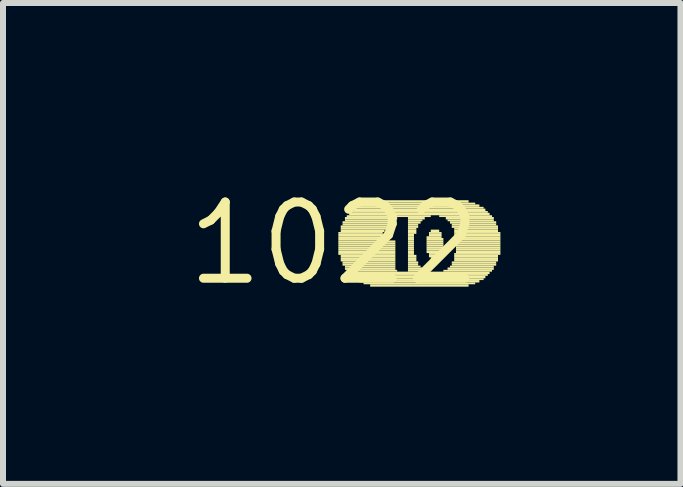
<source format=kicad_pcb>
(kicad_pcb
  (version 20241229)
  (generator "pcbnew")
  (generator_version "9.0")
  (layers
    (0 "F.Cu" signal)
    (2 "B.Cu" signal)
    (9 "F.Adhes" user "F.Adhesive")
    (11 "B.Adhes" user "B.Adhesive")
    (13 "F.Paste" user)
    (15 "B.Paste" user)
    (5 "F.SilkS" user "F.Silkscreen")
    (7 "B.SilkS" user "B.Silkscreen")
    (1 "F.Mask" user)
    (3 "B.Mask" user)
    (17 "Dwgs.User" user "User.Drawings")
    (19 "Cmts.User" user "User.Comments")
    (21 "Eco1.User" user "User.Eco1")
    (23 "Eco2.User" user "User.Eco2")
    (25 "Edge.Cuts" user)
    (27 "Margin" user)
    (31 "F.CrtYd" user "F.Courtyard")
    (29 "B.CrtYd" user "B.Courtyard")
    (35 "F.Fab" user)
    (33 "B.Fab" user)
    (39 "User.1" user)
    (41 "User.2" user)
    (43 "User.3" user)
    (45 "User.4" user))
  (footprint "1022"
    (layer "F.Cu")
    (at 2.517 1.006)
    (property "Reference" "1022" (at 0 0 0) (layer "F.SilkS") (effects (font (size 1.27 1.27) (thickness 0.15))))
    (fp_poly (pts (xy 0.07 -0.16) (xy 0.81 -0.16) (xy 0.81 -0.19) (xy 0.07 -0.19)) (stroke (width 0) (type default)) (fill yes) (layer "F.SilkS"))
    (fp_poly (pts (xy 0.07 -0.12) (xy 0.81 -0.12) (xy 0.81 -0.16) (xy 0.07 -0.16)) (stroke (width 0) (type default)) (fill yes) (layer "F.SilkS"))
    (fp_poly (pts (xy 0.07 -0.09) (xy 0.81 -0.09) (xy 0.81 -0.12) (xy 0.07 -0.12)) (stroke (width 0) (type default)) (fill yes) (layer "F.SilkS"))
    (fp_poly (pts (xy 0.07 -0.05) (xy 0.84 -0.05) (xy 0.84 -0.09) (xy 0.07 -0.09)) (stroke (width 0) (type default)) (fill yes) (layer "F.SilkS"))
    (fp_poly (pts (xy 0.07 -0.02) (xy 1.02 -0.02) (xy 1.02 -0.05) (xy 0.07 -0.05)) (stroke (width 0) (type default)) (fill yes) (layer "F.SilkS"))
    (fp_poly (pts (xy 0.07 0.02) (xy 1.02 0.02) (xy 1.02 -0.02) (xy 0.07 -0.02)) (stroke (width 0) (type default)) (fill yes) (layer "F.SilkS"))
    (fp_poly (pts (xy 0.07 0.05) (xy 1.02 0.05) (xy 1.02 0.02) (xy 0.07 0.02)) (stroke (width 0) (type default)) (fill yes) (layer "F.SilkS"))
    (fp_poly (pts (xy 0.07 0.09) (xy 1.02 0.09) (xy 1.02 0.05) (xy 0.07 0.05)) (stroke (width 0) (type default)) (fill yes) (layer "F.SilkS"))
    (fp_poly (pts (xy 0.07 0.12) (xy 1.02 0.12) (xy 1.02 0.09) (xy 0.07 0.09)) (stroke (width 0) (type default)) (fill yes) (layer "F.SilkS"))
    (fp_poly (pts (xy 0.07 0.16) (xy 1.02 0.16) (xy 1.02 0.12) (xy 0.07 0.12)) (stroke (width 0) (type default)) (fill yes) (layer "F.SilkS"))
    (fp_poly (pts (xy 0.07 0.19) (xy 1.02 0.19) (xy 1.02 0.16) (xy 0.07 0.16)) (stroke (width 0) (type default)) (fill yes) (layer "F.SilkS"))
    (fp_poly (pts (xy 0.11 -0.26) (xy 0.91 -0.26) (xy 0.91 -0.3) (xy 0.11 -0.3)) (stroke (width 0) (type default)) (fill yes) (layer "F.SilkS"))
    (fp_poly (pts (xy 0.11 -0.23) (xy 0.88 -0.23) (xy 0.88 -0.26) (xy 0.11 -0.26)) (stroke (width 0) (type default)) (fill yes) (layer "F.SilkS"))
    (fp_poly (pts (xy 0.11 -0.19) (xy 0.84 -0.19) (xy 0.84 -0.23) (xy 0.11 -0.23)) (stroke (width 0) (type default)) (fill yes) (layer "F.SilkS"))
    (fp_poly (pts (xy 0.11 0.23) (xy 1.02 0.23) (xy 1.02 0.19) (xy 0.11 0.19)) (stroke (width 0) (type default)) (fill yes) (layer "F.SilkS"))
    (fp_poly (pts (xy 0.11 0.26) (xy 1.02 0.26) (xy 1.02 0.23) (xy 0.11 0.23)) (stroke (width 0) (type default)) (fill yes) (layer "F.SilkS"))
    (fp_poly (pts (xy 0.11 0.3) (xy 1.02 0.3) (xy 1.02 0.26) (xy 0.11 0.26)) (stroke (width 0) (type default)) (fill yes) (layer "F.SilkS"))
    (fp_poly (pts (xy 0.14 -0.33) (xy 0.98 -0.33) (xy 0.98 -0.37) (xy 0.14 -0.37)) (stroke (width 0) (type default)) (fill yes) (layer "F.SilkS"))
    (fp_poly (pts (xy 0.14 -0.3) (xy 0.95 -0.3) (xy 0.95 -0.33) (xy 0.14 -0.33)) (stroke (width 0) (type default)) (fill yes) (layer "F.SilkS"))
    (fp_poly (pts (xy 0.14 0.33) (xy 1.02 0.33) (xy 1.02 0.3) (xy 0.14 0.3)) (stroke (width 0) (type default)) (fill yes) (layer "F.SilkS"))
    (fp_poly (pts (xy 0.14 0.37) (xy 1.02 0.37) (xy 1.02 0.33) (xy 0.14 0.33)) (stroke (width 0) (type default)) (fill yes) (layer "F.SilkS"))
    (fp_poly (pts (xy 0.18 -0.4) (xy 1.05 -0.4) (xy 1.05 -0.44) (xy 0.18 -0.44)) (stroke (width 0) (type default)) (fill yes) (layer "F.SilkS"))
    (fp_poly (pts (xy 0.18 -0.37) (xy 1.02 -0.37) (xy 1.02 -0.4) (xy 0.18 -0.4)) (stroke (width 0) (type default)) (fill yes) (layer "F.SilkS"))
    (fp_poly (pts (xy 0.18 0.4) (xy 1.02 0.4) (xy 1.02 0.37) (xy 0.18 0.37)) (stroke (width 0) (type default)) (fill yes) (layer "F.SilkS"))
    (fp_poly (pts (xy 0.18 0.44) (xy 1.02 0.44) (xy 1.02 0.4) (xy 0.18 0.4)) (stroke (width 0) (type default)) (fill yes) (layer "F.SilkS"))
    (fp_poly (pts (xy 0.21 -0.44) (xy 1.61 -0.44) (xy 1.61 -0.47) (xy 0.21 -0.47)) (stroke (width 0) (type default)) (fill yes) (layer "F.SilkS"))
    (fp_poly (pts (xy 0.21 0.47) (xy 1.05 0.47) (xy 1.05 0.44) (xy 0.21 0.44)) (stroke (width 0) (type default)) (fill yes) (layer "F.SilkS"))
    (fp_poly (pts (xy 0.25 -0.47) (xy 2.59 -0.47) (xy 2.59 -0.51) (xy 0.25 -0.51)) (stroke (width 0) (type default)) (fill yes) (layer "F.SilkS"))
    (fp_poly (pts (xy 0.25 0.51) (xy 2.59 0.51) (xy 2.59 0.47) (xy 0.25 0.47)) (stroke (width 0) (type default)) (fill yes) (layer "F.SilkS"))
    (fp_poly (pts (xy 0.28 -0.51) (xy 2.56 -0.51) (xy 2.56 -0.54) (xy 0.28 -0.54)) (stroke (width 0) (type default)) (fill yes) (layer "F.SilkS"))
    (fp_poly (pts (xy 0.28 0.54) (xy 2.56 0.54) (xy 2.56 0.51) (xy 0.28 0.51)) (stroke (width 0) (type default)) (fill yes) (layer "F.SilkS"))
    (fp_poly (pts (xy 0.32 -0.54) (xy 2.52 -0.54) (xy 2.52 -0.58) (xy 0.32 -0.58)) (stroke (width 0) (type default)) (fill yes) (layer "F.SilkS"))
    (fp_poly (pts (xy 0.32 0.58) (xy 2.52 0.58) (xy 2.52 0.54) (xy 0.32 0.54)) (stroke (width 0) (type default)) (fill yes) (layer "F.SilkS"))
    (fp_poly (pts (xy 0.35 -0.58) (xy 2.49 -0.58) (xy 2.49 -0.61) (xy 0.35 -0.61)) (stroke (width 0) (type default)) (fill yes) (layer "F.SilkS"))
    (fp_poly (pts (xy 0.35 0.61) (xy 2.49 0.61) (xy 2.49 0.58) (xy 0.35 0.58)) (stroke (width 0) (type default)) (fill yes) (layer "F.SilkS"))
    (fp_poly (pts (xy 0.42 -0.61) (xy 2.42 -0.61) (xy 2.42 -0.65) (xy 0.42 -0.65)) (stroke (width 0) (type default)) (fill yes) (layer "F.SilkS"))
    (fp_poly (pts (xy 0.42 0.65) (xy 2.42 0.65) (xy 2.42 0.61) (xy 0.42 0.61)) (stroke (width 0) (type default)) (fill yes) (layer "F.SilkS"))
    (fp_poly (pts (xy 0.49 -0.65) (xy 2.35 -0.65) (xy 2.35 -0.68) (xy 0.49 -0.68)) (stroke (width 0) (type default)) (fill yes) (layer "F.SilkS"))
    (fp_poly (pts (xy 0.49 0.68) (xy 2.35 0.68) (xy 2.35 0.65) (xy 0.49 0.65)) (stroke (width 0) (type default)) (fill yes) (layer "F.SilkS"))
    (fp_poly (pts (xy 0.6 -0.68) (xy 2.24 -0.68) (xy 2.24 -0.72) (xy 0.6 -0.72)) (stroke (width 0) (type default)) (fill yes) (layer "F.SilkS"))
    (fp_poly (pts (xy 0.6 0.72) (xy 2.24 0.72) (xy 2.24 0.68) (xy 0.6 0.68)) (stroke (width 0) (type default)) (fill yes) (layer "F.SilkS"))
    (fp_poly (pts (xy 1.23 -0.4) (xy 1.51 -0.4) (xy 1.51 -0.44) (xy 1.23 -0.44)) (stroke (width 0) (type default)) (fill yes) (layer "F.SilkS"))
    (fp_poly (pts (xy 1.23 -0.37) (xy 1.47 -0.37) (xy 1.47 -0.4) (xy 1.23 -0.4)) (stroke (width 0) (type default)) (fill yes) (layer "F.SilkS"))
    (fp_poly (pts (xy 1.23 -0.33) (xy 1.44 -0.33) (xy 1.44 -0.37) (xy 1.23 -0.37)) (stroke (width 0) (type default)) (fill yes) (layer "F.SilkS"))
    (fp_poly (pts (xy 1.23 -0.3) (xy 1.4 -0.3) (xy 1.4 -0.33) (xy 1.23 -0.33)) (stroke (width 0) (type default)) (fill yes) (layer "F.SilkS"))
    (fp_poly (pts (xy 1.23 -0.26) (xy 1.4 -0.26) (xy 1.4 -0.3) (xy 1.23 -0.3)) (stroke (width 0) (type default)) (fill yes) (layer "F.SilkS"))
    (fp_poly (pts (xy 1.23 -0.23) (xy 1.37 -0.23) (xy 1.37 -0.26) (xy 1.23 -0.26)) (stroke (width 0) (type default)) (fill yes) (layer "F.SilkS"))
    (fp_poly (pts (xy 1.23 -0.19) (xy 1.37 -0.19) (xy 1.37 -0.23) (xy 1.23 -0.23)) (stroke (width 0) (type default)) (fill yes) (layer "F.SilkS"))
    (fp_poly (pts (xy 1.23 -0.16) (xy 1.37 -0.16) (xy 1.37 -0.19) (xy 1.23 -0.19)) (stroke (width 0) (type default)) (fill yes) (layer "F.SilkS"))
    (fp_poly (pts (xy 1.23 -0.12) (xy 1.33 -0.12) (xy 1.33 -0.16) (xy 1.23 -0.16)) (stroke (width 0) (type default)) (fill yes) (layer "F.SilkS"))
    (fp_poly (pts (xy 1.23 -0.09) (xy 1.33 -0.09) (xy 1.33 -0.12) (xy 1.23 -0.12)) (stroke (width 0) (type default)) (fill yes) (layer "F.SilkS"))
    (fp_poly (pts (xy 1.23 -0.05) (xy 1.33 -0.05) (xy 1.33 -0.09) (xy 1.23 -0.09)) (stroke (width 0) (type default)) (fill yes) (layer "F.SilkS"))
    (fp_poly (pts (xy 1.23 -0.02) (xy 1.33 -0.02) (xy 1.33 -0.05) (xy 1.23 -0.05)) (stroke (width 0) (type default)) (fill yes) (layer "F.SilkS"))
    (fp_poly (pts (xy 1.23 0.02) (xy 1.33 0.02) (xy 1.33 -0.02) (xy 1.23 -0.02)) (stroke (width 0) (type default)) (fill yes) (layer "F.SilkS"))
    (fp_poly (pts (xy 1.23 0.05) (xy 1.33 0.05) (xy 1.33 0.02) (xy 1.23 0.02)) (stroke (width 0) (type default)) (fill yes) (layer "F.SilkS"))
    (fp_poly (pts (xy 1.23 0.09) (xy 1.33 0.09) (xy 1.33 0.05) (xy 1.23 0.05)) (stroke (width 0) (type default)) (fill yes) (layer "F.SilkS"))
    (fp_poly (pts (xy 1.23 0.12) (xy 1.33 0.12) (xy 1.33 0.09) (xy 1.23 0.09)) (stroke (width 0) (type default)) (fill yes) (layer "F.SilkS"))
    (fp_poly (pts (xy 1.23 0.16) (xy 1.33 0.16) (xy 1.33 0.12) (xy 1.23 0.12)) (stroke (width 0) (type default)) (fill yes) (layer "F.SilkS"))
    (fp_poly (pts (xy 1.23 0.19) (xy 1.33 0.19) (xy 1.33 0.16) (xy 1.23 0.16)) (stroke (width 0) (type default)) (fill yes) (layer "F.SilkS"))
    (fp_poly (pts (xy 1.23 0.23) (xy 1.37 0.23) (xy 1.37 0.19) (xy 1.23 0.19)) (stroke (width 0) (type default)) (fill yes) (layer "F.SilkS"))
    (fp_poly (pts (xy 1.23 0.26) (xy 1.37 0.26) (xy 1.37 0.23) (xy 1.23 0.23)) (stroke (width 0) (type default)) (fill yes) (layer "F.SilkS"))
    (fp_poly (pts (xy 1.23 0.3) (xy 1.37 0.3) (xy 1.37 0.26) (xy 1.23 0.26)) (stroke (width 0) (type default)) (fill yes) (layer "F.SilkS"))
    (fp_poly (pts (xy 1.23 0.33) (xy 1.4 0.33) (xy 1.4 0.3) (xy 1.23 0.3)) (stroke (width 0) (type default)) (fill yes) (layer "F.SilkS"))
    (fp_poly (pts (xy 1.23 0.37) (xy 1.4 0.37) (xy 1.4 0.33) (xy 1.23 0.33)) (stroke (width 0) (type default)) (fill yes) (layer "F.SilkS"))
    (fp_poly (pts (xy 1.23 0.4) (xy 1.44 0.4) (xy 1.44 0.37) (xy 1.23 0.37)) (stroke (width 0) (type default)) (fill yes) (layer "F.SilkS"))
    (fp_poly (pts (xy 1.23 0.44) (xy 1.47 0.44) (xy 1.47 0.4) (xy 1.23 0.4)) (stroke (width 0) (type default)) (fill yes) (layer "F.SilkS"))
    (fp_poly (pts (xy 1.23 0.47) (xy 1.54 0.47) (xy 1.54 0.44) (xy 1.23 0.44)) (stroke (width 0) (type default)) (fill yes) (layer "F.SilkS"))
    (fp_poly (pts (xy 1.54 -0.09) (xy 1.79 -0.09) (xy 1.79 -0.12) (xy 1.54 -0.12)) (stroke (width 0) (type default)) (fill yes) (layer "F.SilkS"))
    (fp_poly (pts (xy 1.54 -0.05) (xy 1.82 -0.05) (xy 1.82 -0.09) (xy 1.54 -0.09)) (stroke (width 0) (type default)) (fill yes) (layer "F.SilkS"))
    (fp_poly (pts (xy 1.54 -0.02) (xy 1.82 -0.02) (xy 1.82 -0.05) (xy 1.54 -0.05)) (stroke (width 0) (type default)) (fill yes) (layer "F.SilkS"))
    (fp_poly (pts (xy 1.54 0.02) (xy 1.82 0.02) (xy 1.82 -0.02) (xy 1.54 -0.02)) (stroke (width 0) (type default)) (fill yes) (layer "F.SilkS"))
    (fp_poly (pts (xy 1.54 0.05) (xy 1.82 0.05) (xy 1.82 0.02) (xy 1.54 0.02)) (stroke (width 0) (type default)) (fill yes) (layer "F.SilkS"))
    (fp_poly (pts (xy 1.54 0.09) (xy 1.82 0.09) (xy 1.82 0.05) (xy 1.54 0.05)) (stroke (width 0) (type default)) (fill yes) (layer "F.SilkS"))
    (fp_poly (pts (xy 1.54 0.12) (xy 1.82 0.12) (xy 1.82 0.09) (xy 1.54 0.09)) (stroke (width 0) (type default)) (fill yes) (layer "F.SilkS"))
    (fp_poly (pts (xy 1.54 0.16) (xy 1.79 0.16) (xy 1.79 0.12) (xy 1.54 0.12)) (stroke (width 0) (type default)) (fill yes) (layer "F.SilkS"))
    (fp_poly (pts (xy 1.58 -0.16) (xy 1.79 -0.16) (xy 1.79 -0.19) (xy 1.58 -0.19)) (stroke (width 0) (type default)) (fill yes) (layer "F.SilkS"))
    (fp_poly (pts (xy 1.58 -0.12) (xy 1.79 -0.12) (xy 1.79 -0.16) (xy 1.58 -0.16)) (stroke (width 0) (type default)) (fill yes) (layer "F.SilkS"))
    (fp_poly (pts (xy 1.58 0.19) (xy 1.79 0.19) (xy 1.79 0.16) (xy 1.58 0.16)) (stroke (width 0) (type default)) (fill yes) (layer "F.SilkS"))
    (fp_poly (pts (xy 1.58 0.23) (xy 1.79 0.23) (xy 1.79 0.19) (xy 1.58 0.19)) (stroke (width 0) (type default)) (fill yes) (layer "F.SilkS"))
    (fp_poly (pts (xy 1.61 -0.19) (xy 1.75 -0.19) (xy 1.75 -0.23) (xy 1.61 -0.23)) (stroke (width 0) (type default)) (fill yes) (layer "F.SilkS"))
    (fp_poly (pts (xy 1.61 0.26) (xy 1.75 0.26) (xy 1.75 0.23) (xy 1.61 0.23)) (stroke (width 0) (type default)) (fill yes) (layer "F.SilkS"))
    (fp_poly (pts (xy 1.75 -0.44) (xy 2.63 -0.44) (xy 2.63 -0.47) (xy 1.75 -0.47)) (stroke (width 0) (type default)) (fill yes) (layer "F.SilkS"))
    (fp_poly (pts (xy 1.82 0.47) (xy 2.63 0.47) (xy 2.63 0.44) (xy 1.82 0.44)) (stroke (width 0) (type default)) (fill yes) (layer "F.SilkS"))
    (fp_poly (pts (xy 1.86 -0.4) (xy 2.66 -0.4) (xy 2.66 -0.44) (xy 1.86 -0.44)) (stroke (width 0) (type default)) (fill yes) (layer "F.SilkS"))
    (fp_poly (pts (xy 1.89 -0.37) (xy 2.66 -0.37) (xy 2.66 -0.4) (xy 1.89 -0.4)) (stroke (width 0) (type default)) (fill yes) (layer "F.SilkS"))
    (fp_poly (pts (xy 1.89 0.44) (xy 2.66 0.44) (xy 2.66 0.4) (xy 1.89 0.4)) (stroke (width 0) (type default)) (fill yes) (layer "F.SilkS"))
    (fp_poly (pts (xy 1.93 -0.33) (xy 2.7 -0.33) (xy 2.7 -0.37) (xy 1.93 -0.37)) (stroke (width 0) (type default)) (fill yes) (layer "F.SilkS"))
    (fp_poly (pts (xy 1.93 0.4) (xy 2.66 0.4) (xy 2.66 0.37) (xy 1.93 0.37)) (stroke (width 0) (type default)) (fill yes) (layer "F.SilkS"))
    (fp_poly (pts (xy 1.96 -0.3) (xy 2.7 -0.3) (xy 2.7 -0.33) (xy 1.96 -0.33)) (stroke (width 0) (type default)) (fill yes) (layer "F.SilkS"))
    (fp_poly (pts (xy 1.96 -0.26) (xy 2.73 -0.26) (xy 2.73 -0.3) (xy 1.96 -0.3)) (stroke (width 0) (type default)) (fill yes) (layer "F.SilkS"))
    (fp_poly (pts (xy 1.96 0.33) (xy 2.7 0.33) (xy 2.7 0.3) (xy 1.96 0.3)) (stroke (width 0) (type default)) (fill yes) (layer "F.SilkS"))
    (fp_poly (pts (xy 1.96 0.37) (xy 2.7 0.37) (xy 2.7 0.33) (xy 1.96 0.33)) (stroke (width 0) (type default)) (fill yes) (layer "F.SilkS"))
    (fp_poly (pts (xy 2 -0.23) (xy 2.73 -0.23) (xy 2.73 -0.26) (xy 2 -0.26)) (stroke (width 0) (type default)) (fill yes) (layer "F.SilkS"))
    (fp_poly (pts (xy 2 -0.19) (xy 2.73 -0.19) (xy 2.73 -0.23) (xy 2 -0.23)) (stroke (width 0) (type default)) (fill yes) (layer "F.SilkS"))
    (fp_poly (pts (xy 2 -0.16) (xy 2.77 -0.16) (xy 2.77 -0.19) (xy 2 -0.19)) (stroke (width 0) (type default)) (fill yes) (layer "F.SilkS"))
    (fp_poly (pts (xy 2 -0.12) (xy 2.77 -0.12) (xy 2.77 -0.16) (xy 2 -0.16)) (stroke (width 0) (type default)) (fill yes) (layer "F.SilkS"))
    (fp_poly (pts (xy 2 0.19) (xy 2.77 0.19) (xy 2.77 0.16) (xy 2 0.16)) (stroke (width 0) (type default)) (fill yes) (layer "F.SilkS"))
    (fp_poly (pts (xy 2 0.23) (xy 2.73 0.23) (xy 2.73 0.19) (xy 2 0.19)) (stroke (width 0) (type default)) (fill yes) (layer "F.SilkS"))
    (fp_poly (pts (xy 2 0.26) (xy 2.73 0.26) (xy 2.73 0.23) (xy 2 0.23)) (stroke (width 0) (type default)) (fill yes) (layer "F.SilkS"))
    (fp_poly (pts (xy 2 0.3) (xy 2.73 0.3) (xy 2.73 0.26) (xy 2 0.26)) (stroke (width 0) (type default)) (fill yes) (layer "F.SilkS"))
    (fp_poly (pts (xy 2.03 -0.09) (xy 2.77 -0.09) (xy 2.77 -0.12) (xy 2.03 -0.12)) (stroke (width 0) (type default)) (fill yes) (layer "F.SilkS"))
    (fp_poly (pts (xy 2.03 -0.05) (xy 2.77 -0.05) (xy 2.77 -0.09) (xy 2.03 -0.09)) (stroke (width 0) (type default)) (fill yes) (layer "F.SilkS"))
    (fp_poly (pts (xy 2.03 -0.02) (xy 2.77 -0.02) (xy 2.77 -0.05) (xy 2.03 -0.05)) (stroke (width 0) (type default)) (fill yes) (layer "F.SilkS"))
    (fp_poly (pts (xy 2.03 0.02) (xy 2.77 0.02) (xy 2.77 -0.02) (xy 2.03 -0.02)) (stroke (width 0) (type default)) (fill yes) (layer "F.SilkS"))
    (fp_poly (pts (xy 2.03 0.05) (xy 2.77 0.05) (xy 2.77 0.02) (xy 2.03 0.02)) (stroke (width 0) (type default)) (fill yes) (layer "F.SilkS"))
    (fp_poly (pts (xy 2.03 0.09) (xy 2.77 0.09) (xy 2.77 0.05) (xy 2.03 0.05)) (stroke (width 0) (type default)) (fill yes) (layer "F.SilkS"))
    (fp_poly (pts (xy 2.03 0.12) (xy 2.77 0.12) (xy 2.77 0.09) (xy 2.03 0.09)) (stroke (width 0) (type default)) (fill yes) (layer "F.SilkS"))
    (fp_poly (pts (xy 2.03 0.16) (xy 2.77 0.16) (xy 2.77 0.12) (xy 2.03 0.12)) (stroke (width 0) (type default)) (fill yes) (layer "F.SilkS")))
  (gr_rect
    (start -3 -3)
    (end 8.287 5.012)
    (stroke (width 0.1) (type default))
    (fill no)
    (layer "Edge.Cuts")))
</source>
